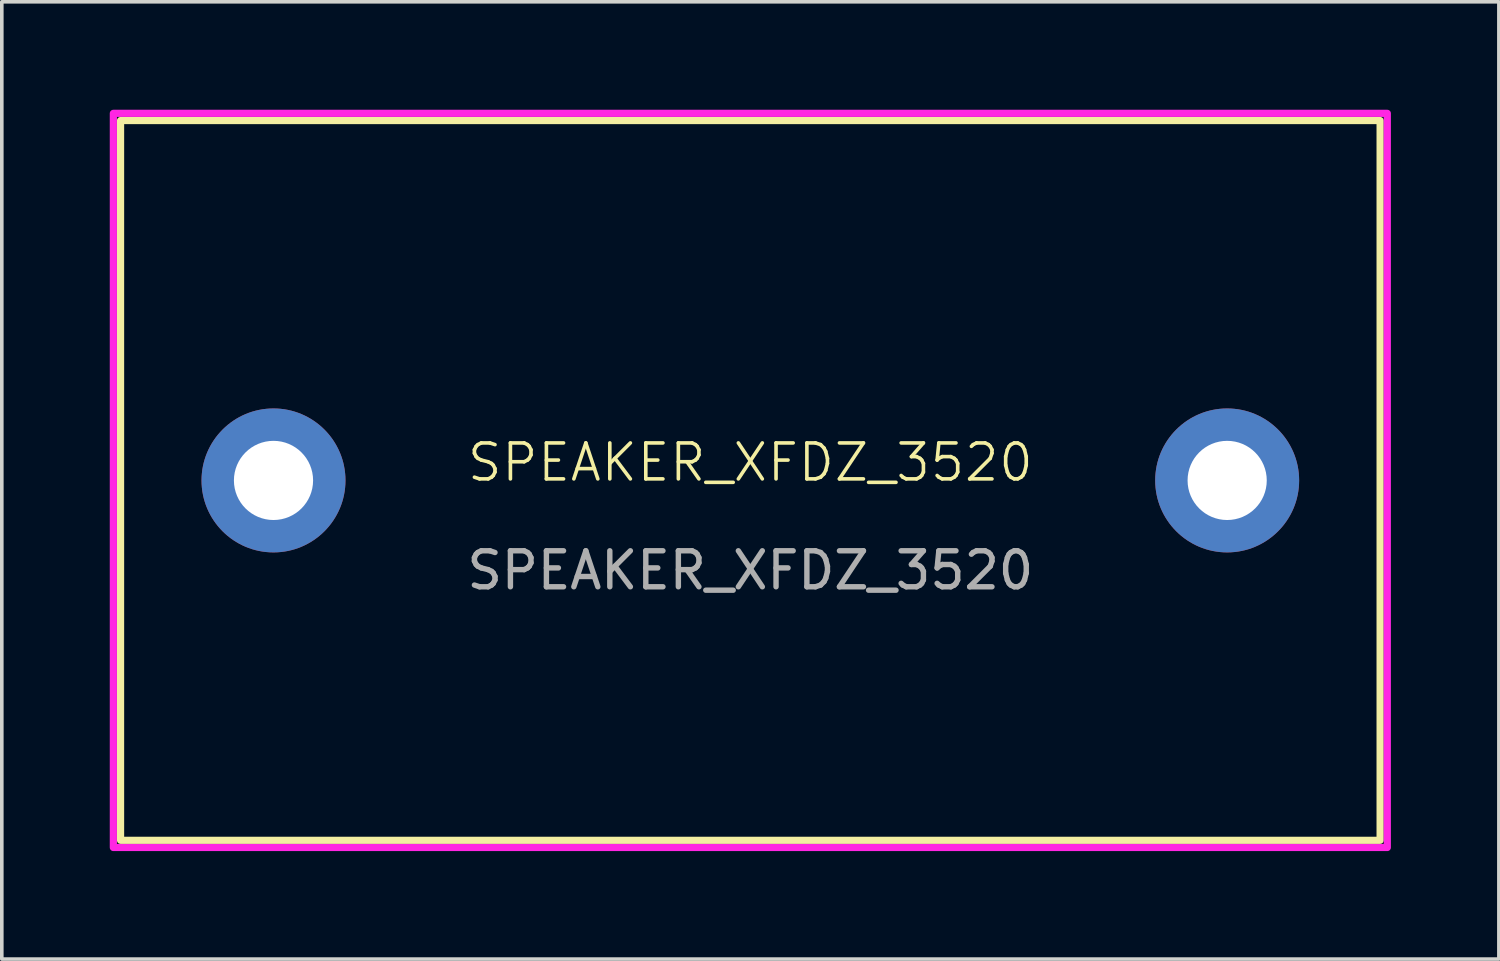
<source format=kicad_pcb>
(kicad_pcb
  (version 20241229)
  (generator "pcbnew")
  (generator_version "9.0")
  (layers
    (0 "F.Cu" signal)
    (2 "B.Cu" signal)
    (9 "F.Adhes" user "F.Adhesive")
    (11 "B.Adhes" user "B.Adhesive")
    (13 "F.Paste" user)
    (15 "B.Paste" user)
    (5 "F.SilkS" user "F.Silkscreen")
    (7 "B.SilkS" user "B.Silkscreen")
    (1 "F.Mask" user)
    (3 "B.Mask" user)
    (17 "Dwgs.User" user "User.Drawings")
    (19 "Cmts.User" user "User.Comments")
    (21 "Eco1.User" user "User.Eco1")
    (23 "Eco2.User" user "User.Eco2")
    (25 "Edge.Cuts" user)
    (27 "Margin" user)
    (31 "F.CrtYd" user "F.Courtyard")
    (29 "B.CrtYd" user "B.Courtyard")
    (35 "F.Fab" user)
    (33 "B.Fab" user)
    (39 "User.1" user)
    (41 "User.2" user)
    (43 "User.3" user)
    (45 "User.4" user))
  (footprint "SPEAKER_XFDZ_3520"
    (layer "F.Cu")
    (at 17.8 10.3)
    (property "Reference" "SPEAKER_XFDZ_3520" (at 0 -0.5 0) (unlocked yes) (layer "F.SilkS") (effects (font (size 1 1) (thickness 0.1))))
    (attr smd)
    (fp_rect (start -17.5 -10) (end 17.5 10) (stroke (width 0.2) (type solid)) (fill no) (layer "F.SilkS"))
    (fp_rect (start -17.7 -10.2) (end 17.7 10.2) (stroke (width 0.2) (type default)) (fill no) (layer "F.CrtYd"))
    (fp_text user "${REFERENCE}" (at 0 2.5 0) (unlocked yes) (layer "F.Fab") (effects (font (size 1 1) (thickness 0.15))))
    (pad "MP1" thru_hole circle (at -13.25 0) (size 4 4) (drill 2.2) (layers "*.Cu" "*.Mask") (remove_unused_layers yes) (keep_end_layers yes) (zone_layer_connections))
    (pad "MP2" thru_hole circle (at 13.25 0) (size 4 4) (drill 2.2) (layers "*.Cu" "*.Mask") (remove_unused_layers yes) (keep_end_layers yes) (zone_layer_connections)))
  (gr_rect
    (start -3 -3)
    (end 38.6 23.6)
    (stroke (width 0.1) (type default))
    (fill no)
    (layer "Edge.Cuts")))
</source>
